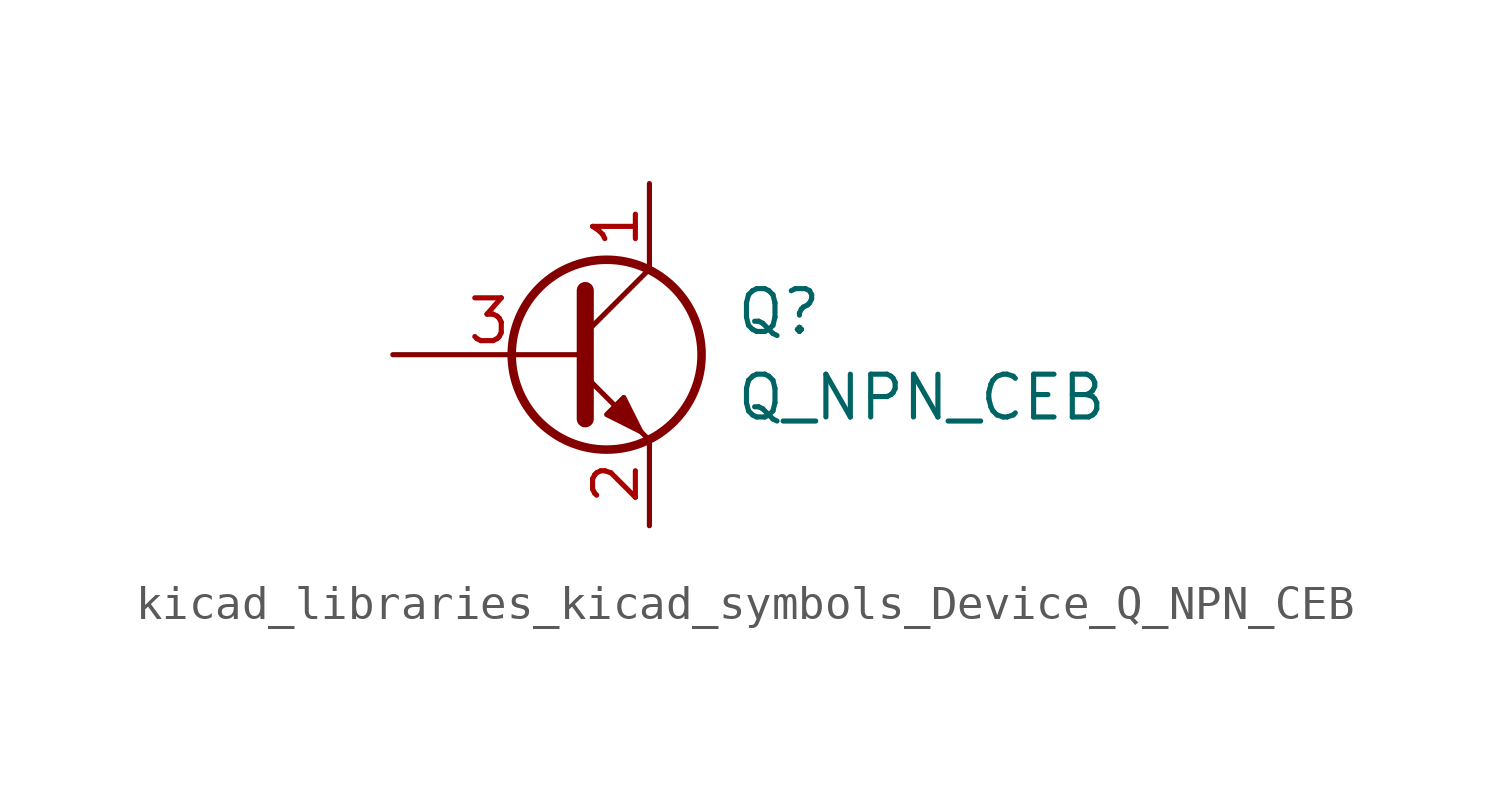
<source format=kicad_sym>
(kicad_symbol_lib
  (version 20220914)
  (generator kicad_symbol_editor)
  (symbol "kicad_libraries_kicad_symbols_Device_Q_NPN_CEB"
    (pin_names
      (offset 0) hide)
    (property "Reference" "Q"
      (at 5.08 1.27 0)
      (effects (font (size 1.27 1.27)) (justify left)))
    (property "Value" "Q_NPN_CEB"
      (at 5.08 -1.27 0)
      (effects (font (size 1.27 1.27)) (justify left)))
    (symbol "kicad_libraries_kicad_symbols_Device_Q_NPN_CEB_0_1"
      (polyline (pts (xy 0.635 0.635) (xy 2.54 2.54)) (stroke (width 0) (type default)) (fill (type none)))
      (polyline (pts (xy 0.635 -0.635) (xy 2.54 -2.54) (xy 2.54 -2.54)) (stroke (width 0) (type default)) (fill (type none)))
      (polyline (pts (xy 0.635 1.905) (xy 0.635 -1.905) (xy 0.635 -1.905)) (stroke (width 0.508) (type default)) (fill (type none)))
      (polyline (pts (xy 1.27 -1.778) (xy 1.778 -1.27) (xy 2.286 -2.286) (xy 1.27 -1.778) (xy 1.27 -1.778)) (stroke (width 0) (type default)) (fill (type outline)))
      (circle (center 1.27 0) (radius 2.819) (stroke (width 0.254) (type default)) (fill (type none))))
    (symbol "kicad_libraries_kicad_symbols_Device_Q_NPN_CEB_1_1"
      (pin passive line (at 2.54 5.08 270) (length 2.54) (name "C" (effects (font (size 1.27 1.27)))) (number "1" (effects (font (size 1.27 1.27)))))
      (pin passive line (at 2.54 -5.08 90) (length 2.54) (name "E" (effects (font (size 1.27 1.27)))) (number "2" (effects (font (size 1.27 1.27)))))
      (pin input line (at -5.08 0 0) (length 5.715) (name "B" (effects (font (size 1.27 1.27)))) (number "3" (effects (font (size 1.27 1.27))))))))
</source>
